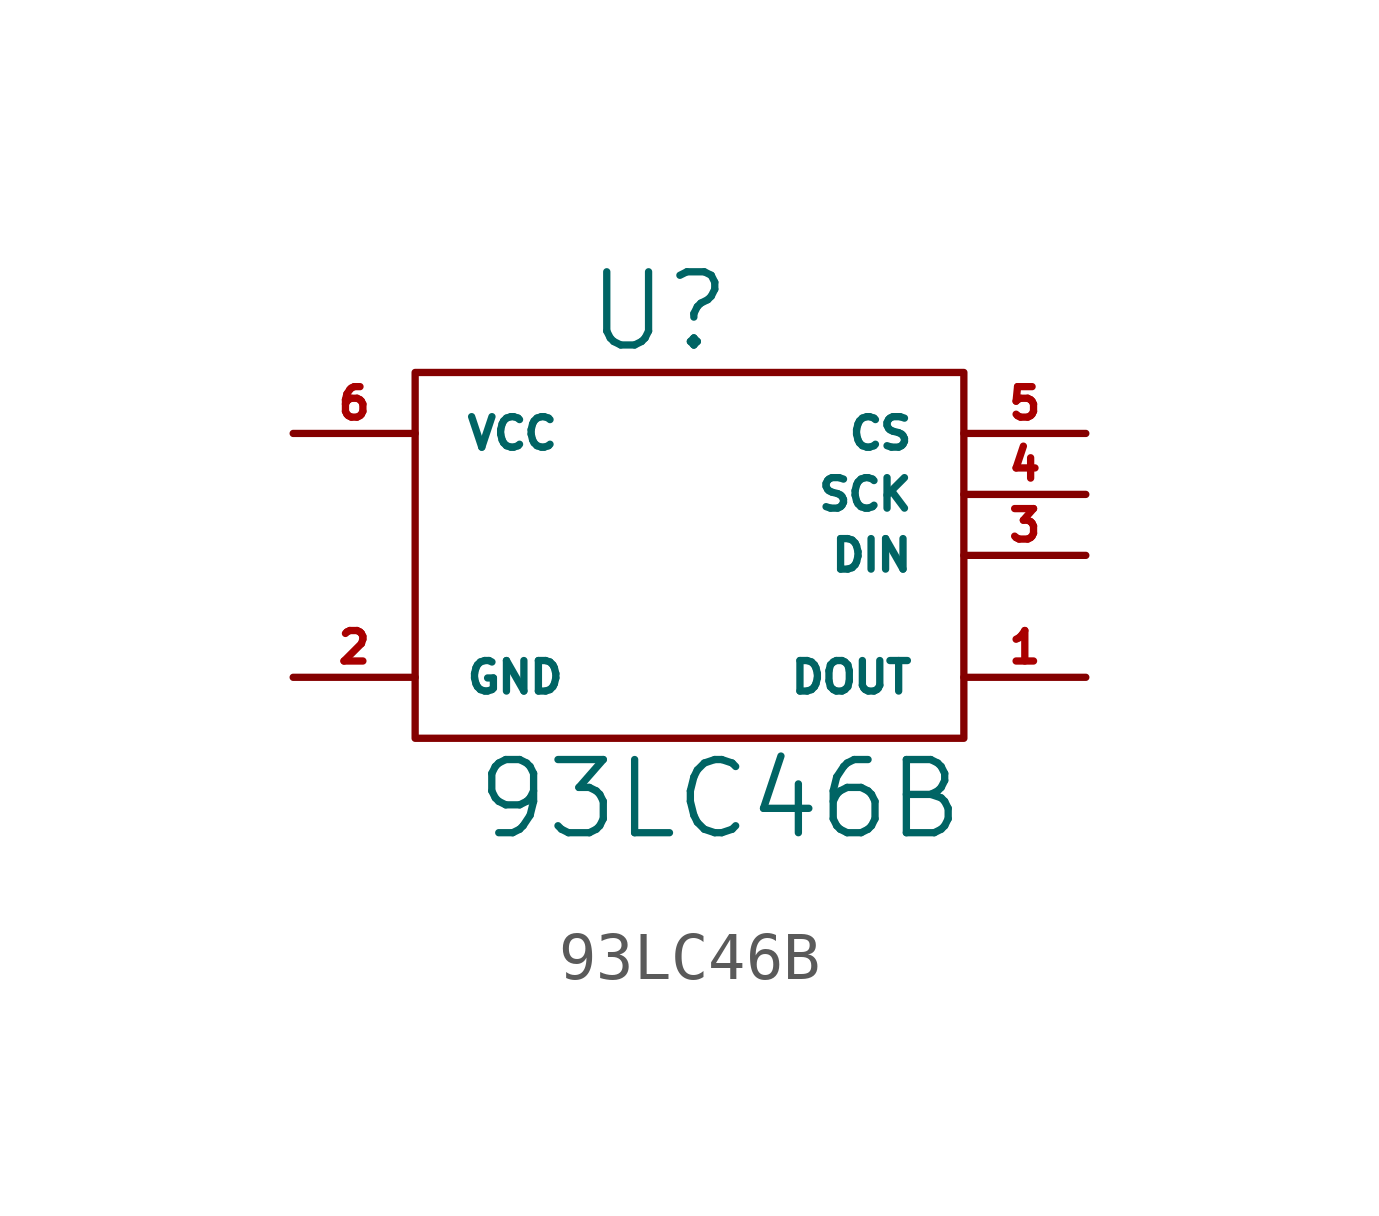
<source format=kicad_sym>
(kicad_symbol_lib
  (version 20220914)
  (generator kicad_symbol_editor)
  (symbol "93LC46B"
    (pin_names
      (offset 1.016))
    (property "Reference" "U"
      (at 0 5.08 0)
      (effects (font (size 1.524 1.524))))
    (property "Value" "93LC46B"
      (at 1.27 -5.08 0)
      (effects (font (size 1.524 1.524))))
    (symbol "93LC46B_0_1"
      (rectangle (start -5.08 3.81) (end 6.35 -3.81) (stroke (width 0) (type solid)) (fill (type none))))
    (symbol "93LC46B_1_1"
      (pin output line (at 8.89 -2.54 180) (length 2.54) (name "DOUT" (effects (font (size 0.635 0.635)))) (number "1" (effects (font (size 0.635 0.635)))))
      (pin power_in line (at -7.62 -2.54 0) (length 2.54) (name "GND" (effects (font (size 0.635 0.635)))) (number "2" (effects (font (size 0.635 0.635)))))
      (pin input line (at 8.89 0 180) (length 2.54) (name "DIN" (effects (font (size 0.635 0.635)))) (number "3" (effects (font (size 0.635 0.635)))))
      (pin input line (at 8.89 1.27 180) (length 2.54) (name "SCK" (effects (font (size 0.635 0.635)))) (number "4" (effects (font (size 0.635 0.635)))))
      (pin input line (at 8.89 2.54 180) (length 2.54) (name "CS" (effects (font (size 0.635 0.635)))) (number "5" (effects (font (size 0.635 0.635)))))
      (pin power_in line (at -7.62 2.54 0) (length 2.54) (name "VCC" (effects (font (size 0.635 0.635)))) (number "6" (effects (font (size 0.635 0.635))))))))
</source>
